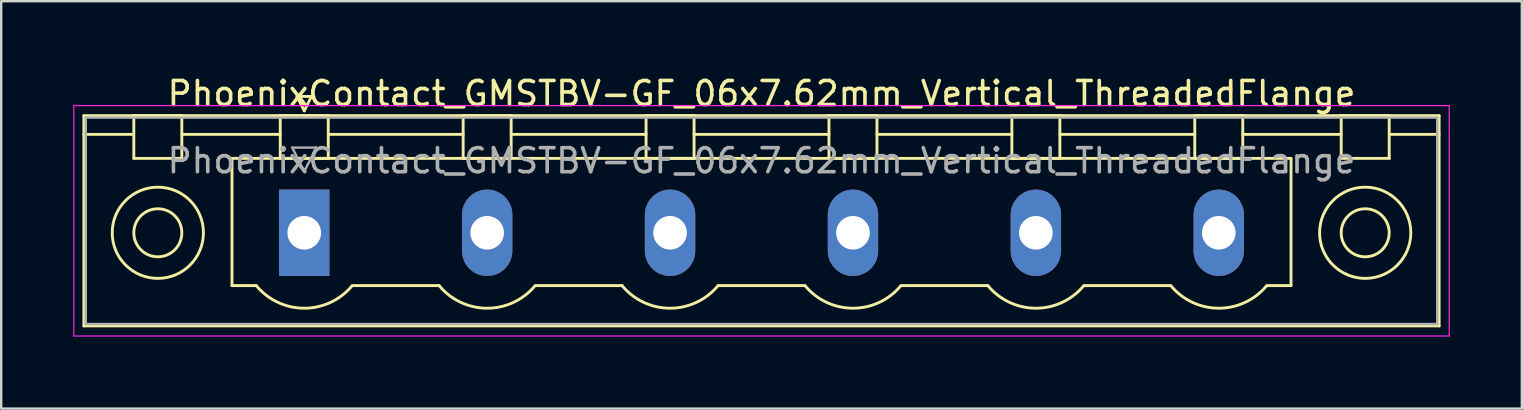
<source format=kicad_pcb>
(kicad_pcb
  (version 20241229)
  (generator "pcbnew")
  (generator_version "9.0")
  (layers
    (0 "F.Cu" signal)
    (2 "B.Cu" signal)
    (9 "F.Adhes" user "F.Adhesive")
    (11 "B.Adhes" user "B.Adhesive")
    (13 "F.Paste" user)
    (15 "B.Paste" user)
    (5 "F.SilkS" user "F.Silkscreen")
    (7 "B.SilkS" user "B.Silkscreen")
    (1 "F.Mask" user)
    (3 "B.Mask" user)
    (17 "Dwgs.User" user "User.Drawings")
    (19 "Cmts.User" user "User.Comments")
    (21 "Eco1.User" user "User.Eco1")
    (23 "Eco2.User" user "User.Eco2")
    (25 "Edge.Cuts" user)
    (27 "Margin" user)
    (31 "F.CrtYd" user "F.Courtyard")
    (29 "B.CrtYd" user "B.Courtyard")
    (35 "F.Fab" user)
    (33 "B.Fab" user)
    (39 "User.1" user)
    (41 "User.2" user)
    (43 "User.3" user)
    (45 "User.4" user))
  (footprint "PhoenixContact_GMSTBV-GF_06x7.62mm_Vertical_ThreadedFlange"
    (layer "F.Cu")
    (at 9.625 6.648)
    (property "Reference" "PhoenixContact_GMSTBV-GF_06x7.62mm_Vertical_ThreadedFlange" (at 19.05 -5.8 0) (layer "F.SilkS") (effects (font (size 1 1) (thickness 0.15))))
    (attr through_hole)
    (fp_line (start -9.18 -4.88) (end -9.18 3.88) (stroke (width 0.12) (type solid)) (layer "F.SilkS"))
    (fp_line (start -9.18 -4.1) (end -7.18 -4.1) (stroke (width 0.12) (type solid)) (layer "F.SilkS"))
    (fp_line (start -9.18 3.88) (end 47.28 3.88) (stroke (width 0.12) (type solid)) (layer "F.SilkS"))
    (fp_line (start -7.1 -4.88) (end -5.1 -4.88) (stroke (width 0.12) (type solid)) (layer "F.SilkS"))
    (fp_line (start -7.1 -3.1) (end -7.1 -4.88) (stroke (width 0.12) (type solid)) (layer "F.SilkS"))
    (fp_line (start -5.1 -4.88) (end -5.1 -3.1) (stroke (width 0.12) (type solid)) (layer "F.SilkS"))
    (fp_line (start -5.1 -4.1) (end -1 -4.1) (stroke (width 0.12) (type solid)) (layer "F.SilkS"))
    (fp_line (start -5.1 -3.1) (end -7.1 -3.1) (stroke (width 0.12) (type solid)) (layer "F.SilkS"))
    (fp_line (start -3.01 -3.1) (end 41.11 -3.1) (stroke (width 0.12) (type solid)) (layer "F.SilkS"))
    (fp_line (start -3.01 2.2) (end -3.01 -3.1) (stroke (width 0.12) (type solid)) (layer "F.SilkS"))
    (fp_line (start -2 2.2) (end -3.01 2.2) (stroke (width 0.12) (type solid)) (layer "F.SilkS"))
    (fp_line (start -1 -4.88) (end 1 -4.88) (stroke (width 0.12) (type solid)) (layer "F.SilkS"))
    (fp_line (start -1 -3.1) (end -1 -4.88) (stroke (width 0.12) (type solid)) (layer "F.SilkS"))
    (fp_line (start -0.3 -5.68) (end 0.3 -5.68) (stroke (width 0.12) (type solid)) (layer "F.SilkS"))
    (fp_line (start 0 -5.08) (end -0.3 -5.68) (stroke (width 0.12) (type solid)) (layer "F.SilkS"))
    (fp_line (start 0.3 -5.68) (end 0 -5.08) (stroke (width 0.12) (type solid)) (layer "F.SilkS"))
    (fp_line (start 1 -4.88) (end 1 -3.1) (stroke (width 0.12) (type solid)) (layer "F.SilkS"))
    (fp_line (start 1 -4.1) (end 6.62 -4.1) (stroke (width 0.12) (type solid)) (layer "F.SilkS"))
    (fp_line (start 1 -3.1) (end -1 -3.1) (stroke (width 0.12) (type solid)) (layer "F.SilkS"))
    (fp_line (start 2 2.2) (end 5.62 2.2) (stroke (width 0.12) (type solid)) (layer "F.SilkS"))
    (fp_line (start 6.62 -4.88) (end 8.62 -4.88) (stroke (width 0.12) (type solid)) (layer "F.SilkS"))
    (fp_line (start 6.62 -3.1) (end 6.62 -4.88) (stroke (width 0.12) (type solid)) (layer "F.SilkS"))
    (fp_line (start 8.62 -4.88) (end 8.62 -3.1) (stroke (width 0.12) (type solid)) (layer "F.SilkS"))
    (fp_line (start 8.62 -4.1) (end 14.24 -4.1) (stroke (width 0.12) (type solid)) (layer "F.SilkS"))
    (fp_line (start 8.62 -3.1) (end 6.62 -3.1) (stroke (width 0.12) (type solid)) (layer "F.SilkS"))
    (fp_line (start 9.62 2.2) (end 13.24 2.2) (stroke (width 0.12) (type solid)) (layer "F.SilkS"))
    (fp_line (start 14.24 -4.88) (end 16.24 -4.88) (stroke (width 0.12) (type solid)) (layer "F.SilkS"))
    (fp_line (start 14.24 -3.1) (end 14.24 -4.88) (stroke (width 0.12) (type solid)) (layer "F.SilkS"))
    (fp_line (start 16.24 -4.88) (end 16.24 -3.1) (stroke (width 0.12) (type solid)) (layer "F.SilkS"))
    (fp_line (start 16.24 -4.1) (end 21.86 -4.1) (stroke (width 0.12) (type solid)) (layer "F.SilkS"))
    (fp_line (start 16.24 -3.1) (end 14.24 -3.1) (stroke (width 0.12) (type solid)) (layer "F.SilkS"))
    (fp_line (start 17.24 2.2) (end 20.86 2.2) (stroke (width 0.12) (type solid)) (layer "F.SilkS"))
    (fp_line (start 21.86 -4.88) (end 23.86 -4.88) (stroke (width 0.12) (type solid)) (layer "F.SilkS"))
    (fp_line (start 21.86 -3.1) (end 21.86 -4.88) (stroke (width 0.12) (type solid)) (layer "F.SilkS"))
    (fp_line (start 23.86 -4.88) (end 23.86 -3.1) (stroke (width 0.12) (type solid)) (layer "F.SilkS"))
    (fp_line (start 23.86 -4.1) (end 29.48 -4.1) (stroke (width 0.12) (type solid)) (layer "F.SilkS"))
    (fp_line (start 23.86 -3.1) (end 21.86 -3.1) (stroke (width 0.12) (type solid)) (layer "F.SilkS"))
    (fp_line (start 24.86 2.2) (end 28.48 2.2) (stroke (width 0.12) (type solid)) (layer "F.SilkS"))
    (fp_line (start 29.48 -4.88) (end 31.48 -4.88) (stroke (width 0.12) (type solid)) (layer "F.SilkS"))
    (fp_line (start 29.48 -3.1) (end 29.48 -4.88) (stroke (width 0.12) (type solid)) (layer "F.SilkS"))
    (fp_line (start 31.48 -4.88) (end 31.48 -3.1) (stroke (width 0.12) (type solid)) (layer "F.SilkS"))
    (fp_line (start 31.48 -4.1) (end 37.1 -4.1) (stroke (width 0.12) (type solid)) (layer "F.SilkS"))
    (fp_line (start 31.48 -3.1) (end 29.48 -3.1) (stroke (width 0.12) (type solid)) (layer "F.SilkS"))
    (fp_line (start 32.48 2.2) (end 36.1 2.2) (stroke (width 0.12) (type solid)) (layer "F.SilkS"))
    (fp_line (start 37.1 -4.88) (end 39.1 -4.88) (stroke (width 0.12) (type solid)) (layer "F.SilkS"))
    (fp_line (start 37.1 -3.1) (end 37.1 -4.88) (stroke (width 0.12) (type solid)) (layer "F.SilkS"))
    (fp_line (start 39.1 -4.88) (end 39.1 -3.1) (stroke (width 0.12) (type solid)) (layer "F.SilkS"))
    (fp_line (start 39.1 -4.1) (end 43.2 -4.1) (stroke (width 0.12) (type solid)) (layer "F.SilkS"))
    (fp_line (start 39.1 -3.1) (end 37.1 -3.1) (stroke (width 0.12) (type solid)) (layer "F.SilkS"))
    (fp_line (start 41.11 -3.1) (end 41.11 2.2) (stroke (width 0.12) (type solid)) (layer "F.SilkS"))
    (fp_line (start 41.11 2.2) (end 40.1 2.2) (stroke (width 0.12) (type solid)) (layer "F.SilkS"))
    (fp_line (start 43.2 -4.88) (end 45.2 -4.88) (stroke (width 0.12) (type solid)) (layer "F.SilkS"))
    (fp_line (start 43.2 -3.1) (end 43.2 -4.88) (stroke (width 0.12) (type solid)) (layer "F.SilkS"))
    (fp_line (start 45.2 -4.88) (end 45.2 -3.1) (stroke (width 0.12) (type solid)) (layer "F.SilkS"))
    (fp_line (start 45.2 -3.1) (end 43.2 -3.1) (stroke (width 0.12) (type solid)) (layer "F.SilkS"))
    (fp_line (start 47.28 -4.88) (end -9.18 -4.88) (stroke (width 0.12) (type solid)) (layer "F.SilkS"))
    (fp_line (start 47.28 -4.1) (end 45.28 -4.1) (stroke (width 0.12) (type solid)) (layer "F.SilkS"))
    (fp_line (start 47.28 3.88) (end 47.28 -4.88) (stroke (width 0.12) (type solid)) (layer "F.SilkS"))
    (fp_arc (start 1.986842 2.215821) (mid -0.010289 3.142758) (end -2 2.2) (stroke (width 0.12) (type solid)) (layer "F.SilkS"))
    (fp_arc (start 9.606842 2.215821) (mid 7.609711 3.142758) (end 5.62 2.2) (stroke (width 0.12) (type solid)) (layer "F.SilkS"))
    (fp_arc (start 17.226842 2.215821) (mid 15.229711 3.142758) (end 13.24 2.2) (stroke (width 0.12) (type solid)) (layer "F.SilkS"))
    (fp_arc (start 24.846842 2.215821) (mid 22.849711 3.142758) (end 20.86 2.2) (stroke (width 0.12) (type solid)) (layer "F.SilkS"))
    (fp_arc (start 32.466842 2.215821) (mid 30.469711 3.142758) (end 28.48 2.2) (stroke (width 0.12) (type solid)) (layer "F.SilkS"))
    (fp_arc (start 40.086842 2.215821) (mid 38.089711 3.142758) (end 36.1 2.2) (stroke (width 0.12) (type solid)) (layer "F.SilkS"))
    (fp_circle (center -6.1 0) (end -5.1 0) (stroke (width 0.12) (type solid)) (fill no) (layer "F.SilkS"))
    (fp_circle (center -6.1 0) (end -4.2 0) (stroke (width 0.12) (type solid)) (fill no) (layer "F.SilkS"))
    (fp_circle (center 44.2 0) (end 45.2 0) (stroke (width 0.12) (type solid)) (fill no) (layer "F.SilkS"))
    (fp_circle (center 44.2 0) (end 46.1 0) (stroke (width 0.12) (type solid)) (fill no) (layer "F.SilkS"))
    (fp_line (start -9.6 -5.3) (end -9.6 4.3) (stroke (width 0.05) (type solid)) (layer "F.CrtYd"))
    (fp_line (start -9.6 4.3) (end 47.7 4.3) (stroke (width 0.05) (type solid)) (layer "F.CrtYd"))
    (fp_line (start 47.7 -5.3) (end -9.6 -5.3) (stroke (width 0.05) (type solid)) (layer "F.CrtYd"))
    (fp_line (start 47.7 4.3) (end 47.7 -5.3) (stroke (width 0.05) (type solid)) (layer "F.CrtYd"))
    (fp_line (start -9.1 -4.8) (end -9.1 3.8) (stroke (width 0.1) (type solid)) (layer "F.Fab"))
    (fp_line (start -9.1 3.8) (end 47.2 3.8) (stroke (width 0.1) (type solid)) (layer "F.Fab"))
    (fp_line (start -0.5 -3.55) (end 0.5 -3.55) (stroke (width 0.1) (type solid)) (layer "F.Fab"))
    (fp_line (start 0 -2.55) (end -0.5 -3.55) (stroke (width 0.1) (type solid)) (layer "F.Fab"))
    (fp_line (start 0.5 -3.55) (end 0 -2.55) (stroke (width 0.1) (type solid)) (layer "F.Fab"))
    (fp_line (start 47.2 -4.8) (end -9.1 -4.8) (stroke (width 0.1) (type solid)) (layer "F.Fab"))
    (fp_line (start 47.2 3.8) (end 47.2 -4.8) (stroke (width 0.1) (type solid)) (layer "F.Fab"))
    (fp_text user "${REFERENCE}" (at 19.05 -3 0) (layer "F.Fab") (effects (font (size 1 1) (thickness 0.15))))
    (pad "1" thru_hole rect (at 0 0) (size 2.1 3.6) (drill 1.4) (layers "*.Cu" "*.Mask"))
    (pad "2" thru_hole oval (at 7.62 0) (size 2.1 3.6) (drill 1.4) (layers "*.Cu" "*.Mask"))
    (pad "3" thru_hole oval (at 15.24 0) (size 2.1 3.6) (drill 1.4) (layers "*.Cu" "*.Mask"))
    (pad "4" thru_hole oval (at 22.86 0) (size 2.1 3.6) (drill 1.4) (layers "*.Cu" "*.Mask"))
    (pad "5" thru_hole oval (at 30.48 0) (size 2.1 3.6) (drill 1.4) (layers "*.Cu" "*.Mask"))
    (pad "6" thru_hole oval (at 38.1 0) (size 2.1 3.6) (drill 1.4) (layers "*.Cu" "*.Mask")))
  (gr_rect
    (start -3 -3)
    (end 60.35 13.973)
    (stroke (width 0.1) (type default))
    (fill no)
    (layer "Edge.Cuts")))
</source>
